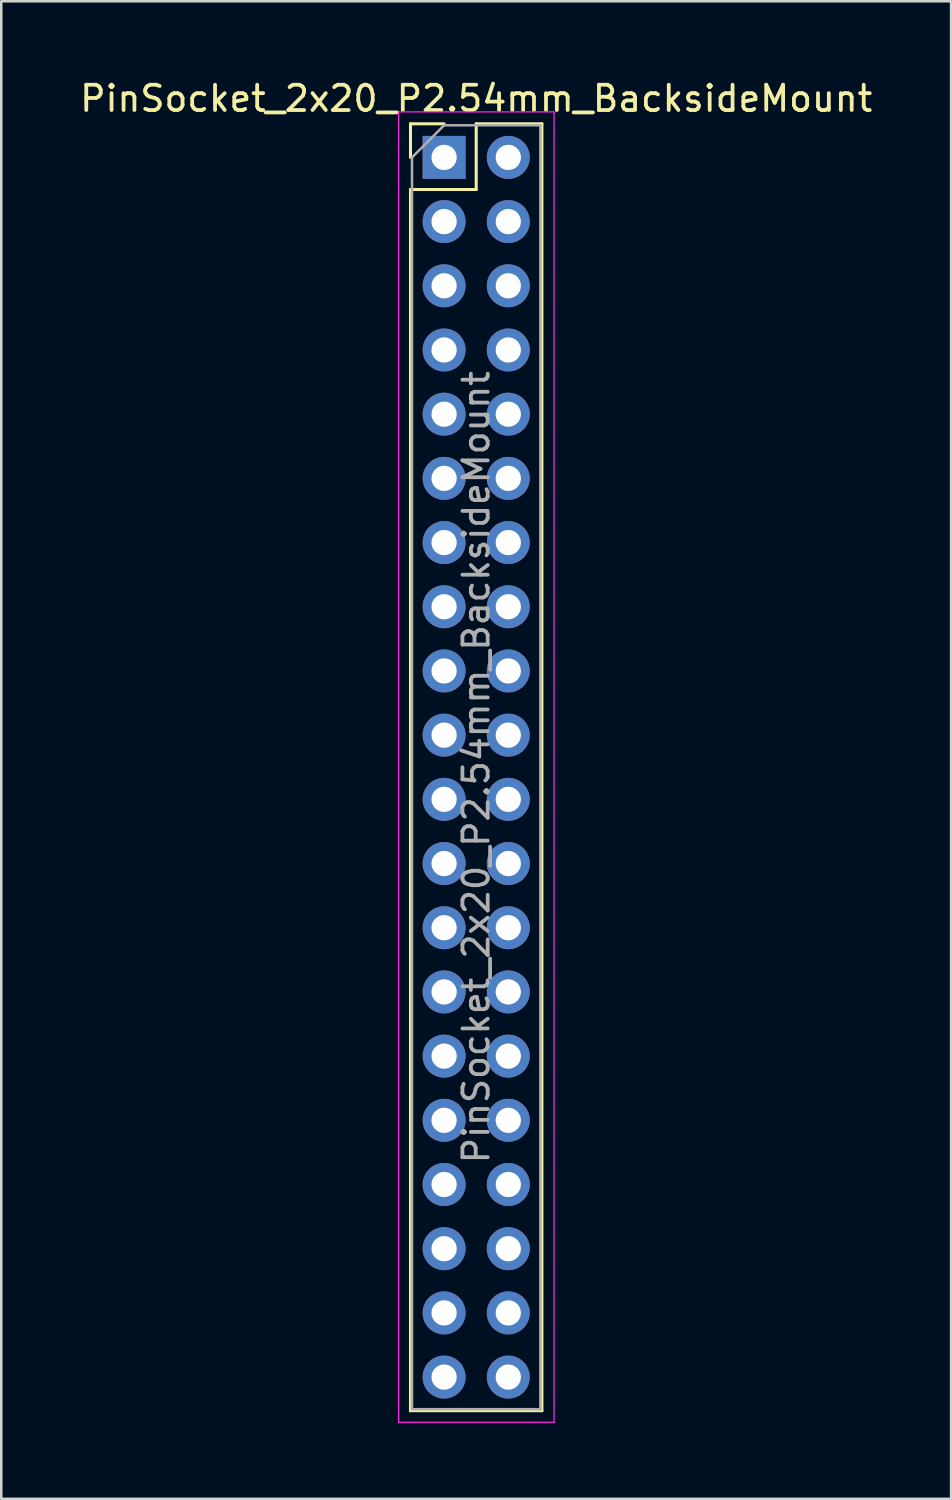
<source format=kicad_pcb>
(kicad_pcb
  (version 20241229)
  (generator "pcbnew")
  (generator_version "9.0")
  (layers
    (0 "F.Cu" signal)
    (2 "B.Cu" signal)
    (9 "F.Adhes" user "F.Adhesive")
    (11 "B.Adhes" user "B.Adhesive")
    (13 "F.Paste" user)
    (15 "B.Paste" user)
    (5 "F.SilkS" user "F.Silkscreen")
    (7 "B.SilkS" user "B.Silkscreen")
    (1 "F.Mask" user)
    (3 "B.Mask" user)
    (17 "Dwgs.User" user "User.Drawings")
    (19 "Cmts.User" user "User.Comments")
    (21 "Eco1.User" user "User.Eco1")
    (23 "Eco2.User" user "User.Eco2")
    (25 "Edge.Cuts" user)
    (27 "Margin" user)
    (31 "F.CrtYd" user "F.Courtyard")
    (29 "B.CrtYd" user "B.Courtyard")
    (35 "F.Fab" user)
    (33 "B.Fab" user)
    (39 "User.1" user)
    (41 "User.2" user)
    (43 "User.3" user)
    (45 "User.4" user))
  (footprint "PinSocket_2x20_P2.54mm_BacksideMount"
    (layer "F.Cu")
    (at 14.522 3.178)
    (property "Reference" "PinSocket_2x20_P2.54mm_BacksideMount" (at 1.27 -2.33 0) (layer "F.SilkS") (effects (font (size 1 1) (thickness 0.15))))
    (attr through_hole)
    (fp_line (start -1.33 -1.33) (end 0 -1.33) (stroke (width 0.12) (type solid)) (layer "F.SilkS"))
    (fp_line (start -1.33 0) (end -1.33 -1.33) (stroke (width 0.12) (type solid)) (layer "F.SilkS"))
    (fp_line (start -1.33 1.27) (end -1.33 49.59) (stroke (width 0.12) (type solid)) (layer "F.SilkS"))
    (fp_line (start -1.33 1.27) (end 1.27 1.27) (stroke (width 0.12) (type solid)) (layer "F.SilkS"))
    (fp_line (start -1.33 49.59) (end 3.87 49.59) (stroke (width 0.12) (type solid)) (layer "F.SilkS"))
    (fp_line (start 1.27 -1.33) (end 3.87 -1.33) (stroke (width 0.12) (type solid)) (layer "F.SilkS"))
    (fp_line (start 1.27 1.27) (end 1.27 -1.33) (stroke (width 0.12) (type solid)) (layer "F.SilkS"))
    (fp_line (start 3.87 -1.33) (end 3.87 49.59) (stroke (width 0.12) (type solid)) (layer "F.SilkS"))
    (fp_line (start -1.8 -1.8) (end -1.8 50.05) (stroke (width 0.05) (type solid)) (layer "F.CrtYd"))
    (fp_line (start -1.8 50.05) (end 4.35 50.05) (stroke (width 0.05) (type solid)) (layer "F.CrtYd"))
    (fp_line (start 4.35 -1.8) (end -1.8 -1.8) (stroke (width 0.05) (type solid)) (layer "F.CrtYd"))
    (fp_line (start 4.35 50.05) (end 4.35 -1.8) (stroke (width 0.05) (type solid)) (layer "F.CrtYd"))
    (fp_line (start -1.27 0) (end 0 -1.27) (stroke (width 0.1) (type solid)) (layer "F.Fab"))
    (fp_line (start -1.27 49.53) (end -1.27 0) (stroke (width 0.1) (type solid)) (layer "F.Fab"))
    (fp_line (start 0 -1.27) (end 3.81 -1.27) (stroke (width 0.1) (type solid)) (layer "F.Fab"))
    (fp_line (start 3.81 -1.27) (end 3.81 49.53) (stroke (width 0.1) (type solid)) (layer "F.Fab"))
    (fp_line (start 3.81 49.53) (end -1.27 49.53) (stroke (width 0.1) (type solid)) (layer "F.Fab"))
    (fp_text user "${REFERENCE}" (at 1.27 24.13 90) (layer "F.Fab") (effects (font (size 1 1) (thickness 0.15))))
    (pad "1" thru_hole rect (at 0 0) (size 1.7 1.7) (drill 1) (layers "*.Cu" "*.Mask"))
    (pad "2" thru_hole oval (at 2.54 0) (size 1.7 1.7) (drill 1) (layers "*.Cu" "*.Mask"))
    (pad "3" thru_hole oval (at 0 2.54) (size 1.7 1.7) (drill 1) (layers "*.Cu" "*.Mask"))
    (pad "4" thru_hole oval (at 2.54 2.54) (size 1.7 1.7) (drill 1) (layers "*.Cu" "*.Mask"))
    (pad "5" thru_hole oval (at 0 5.08) (size 1.7 1.7) (drill 1) (layers "*.Cu" "*.Mask"))
    (pad "6" thru_hole oval (at 2.54 5.08) (size 1.7 1.7) (drill 1) (layers "*.Cu" "*.Mask"))
    (pad "7" thru_hole oval (at 0 7.62) (size 1.7 1.7) (drill 1) (layers "*.Cu" "*.Mask"))
    (pad "8" thru_hole oval (at 2.54 7.62) (size 1.7 1.7) (drill 1) (layers "*.Cu" "*.Mask"))
    (pad "9" thru_hole oval (at 0 10.16) (size 1.7 1.7) (drill 1) (layers "*.Cu" "*.Mask"))
    (pad "10" thru_hole oval (at 2.54 10.16) (size 1.7 1.7) (drill 1) (layers "*.Cu" "*.Mask"))
    (pad "11" thru_hole oval (at 0 12.7) (size 1.7 1.7) (drill 1) (layers "*.Cu" "*.Mask"))
    (pad "12" thru_hole oval (at 2.54 12.7) (size 1.7 1.7) (drill 1) (layers "*.Cu" "*.Mask"))
    (pad "13" thru_hole oval (at 0 15.24) (size 1.7 1.7) (drill 1) (layers "*.Cu" "*.Mask"))
    (pad "14" thru_hole oval (at 2.54 15.24) (size 1.7 1.7) (drill 1) (layers "*.Cu" "*.Mask"))
    (pad "15" thru_hole oval (at 0 17.78) (size 1.7 1.7) (drill 1) (layers "*.Cu" "*.Mask"))
    (pad "16" thru_hole oval (at 2.54 17.78) (size 1.7 1.7) (drill 1) (layers "*.Cu" "*.Mask"))
    (pad "17" thru_hole oval (at 0 20.32) (size 1.7 1.7) (drill 1) (layers "*.Cu" "*.Mask"))
    (pad "18" thru_hole oval (at 2.54 20.32) (size 1.7 1.7) (drill 1) (layers "*.Cu" "*.Mask"))
    (pad "19" thru_hole oval (at 0 22.86) (size 1.7 1.7) (drill 1) (layers "*.Cu" "*.Mask"))
    (pad "20" thru_hole oval (at 2.54 22.86) (size 1.7 1.7) (drill 1) (layers "*.Cu" "*.Mask"))
    (pad "21" thru_hole oval (at 0 25.4) (size 1.7 1.7) (drill 1) (layers "*.Cu" "*.Mask"))
    (pad "22" thru_hole oval (at 2.54 25.4) (size 1.7 1.7) (drill 1) (layers "*.Cu" "*.Mask"))
    (pad "23" thru_hole oval (at 0 27.94) (size 1.7 1.7) (drill 1) (layers "*.Cu" "*.Mask"))
    (pad "24" thru_hole oval (at 2.54 27.94) (size 1.7 1.7) (drill 1) (layers "*.Cu" "*.Mask"))
    (pad "25" thru_hole oval (at 0 30.48) (size 1.7 1.7) (drill 1) (layers "*.Cu" "*.Mask"))
    (pad "26" thru_hole oval (at 2.54 30.48) (size 1.7 1.7) (drill 1) (layers "*.Cu" "*.Mask"))
    (pad "27" thru_hole oval (at 0 33.02) (size 1.7 1.7) (drill 1) (layers "*.Cu" "*.Mask"))
    (pad "28" thru_hole oval (at 2.54 33.02) (size 1.7 1.7) (drill 1) (layers "*.Cu" "*.Mask"))
    (pad "29" thru_hole oval (at 0 35.56) (size 1.7 1.7) (drill 1) (layers "*.Cu" "*.Mask"))
    (pad "30" thru_hole oval (at 2.54 35.56) (size 1.7 1.7) (drill 1) (layers "*.Cu" "*.Mask"))
    (pad "31" thru_hole oval (at 0 38.1) (size 1.7 1.7) (drill 1) (layers "*.Cu" "*.Mask"))
    (pad "32" thru_hole oval (at 2.54 38.1) (size 1.7 1.7) (drill 1) (layers "*.Cu" "*.Mask"))
    (pad "33" thru_hole oval (at 0 40.64) (size 1.7 1.7) (drill 1) (layers "*.Cu" "*.Mask"))
    (pad "34" thru_hole oval (at 2.54 40.64) (size 1.7 1.7) (drill 1) (layers "*.Cu" "*.Mask"))
    (pad "35" thru_hole oval (at 0 43.18) (size 1.7 1.7) (drill 1) (layers "*.Cu" "*.Mask"))
    (pad "36" thru_hole oval (at 2.54 43.18) (size 1.7 1.7) (drill 1) (layers "*.Cu" "*.Mask"))
    (pad "37" thru_hole oval (at 0 45.72) (size 1.7 1.7) (drill 1) (layers "*.Cu" "*.Mask"))
    (pad "38" thru_hole oval (at 2.54 45.72) (size 1.7 1.7) (drill 1) (layers "*.Cu" "*.Mask"))
    (pad "39" thru_hole oval (at 0 48.26) (size 1.7 1.7) (drill 1) (layers "*.Cu" "*.Mask"))
    (pad "40" thru_hole oval (at 2.54 48.26) (size 1.7 1.7) (drill 1) (layers "*.Cu" "*.Mask")))
  (gr_rect
    (start -3 -3)
    (end 34.583 56.253)
    (stroke (width 0.1) (type default))
    (fill no)
    (layer "Edge.Cuts")))
</source>
